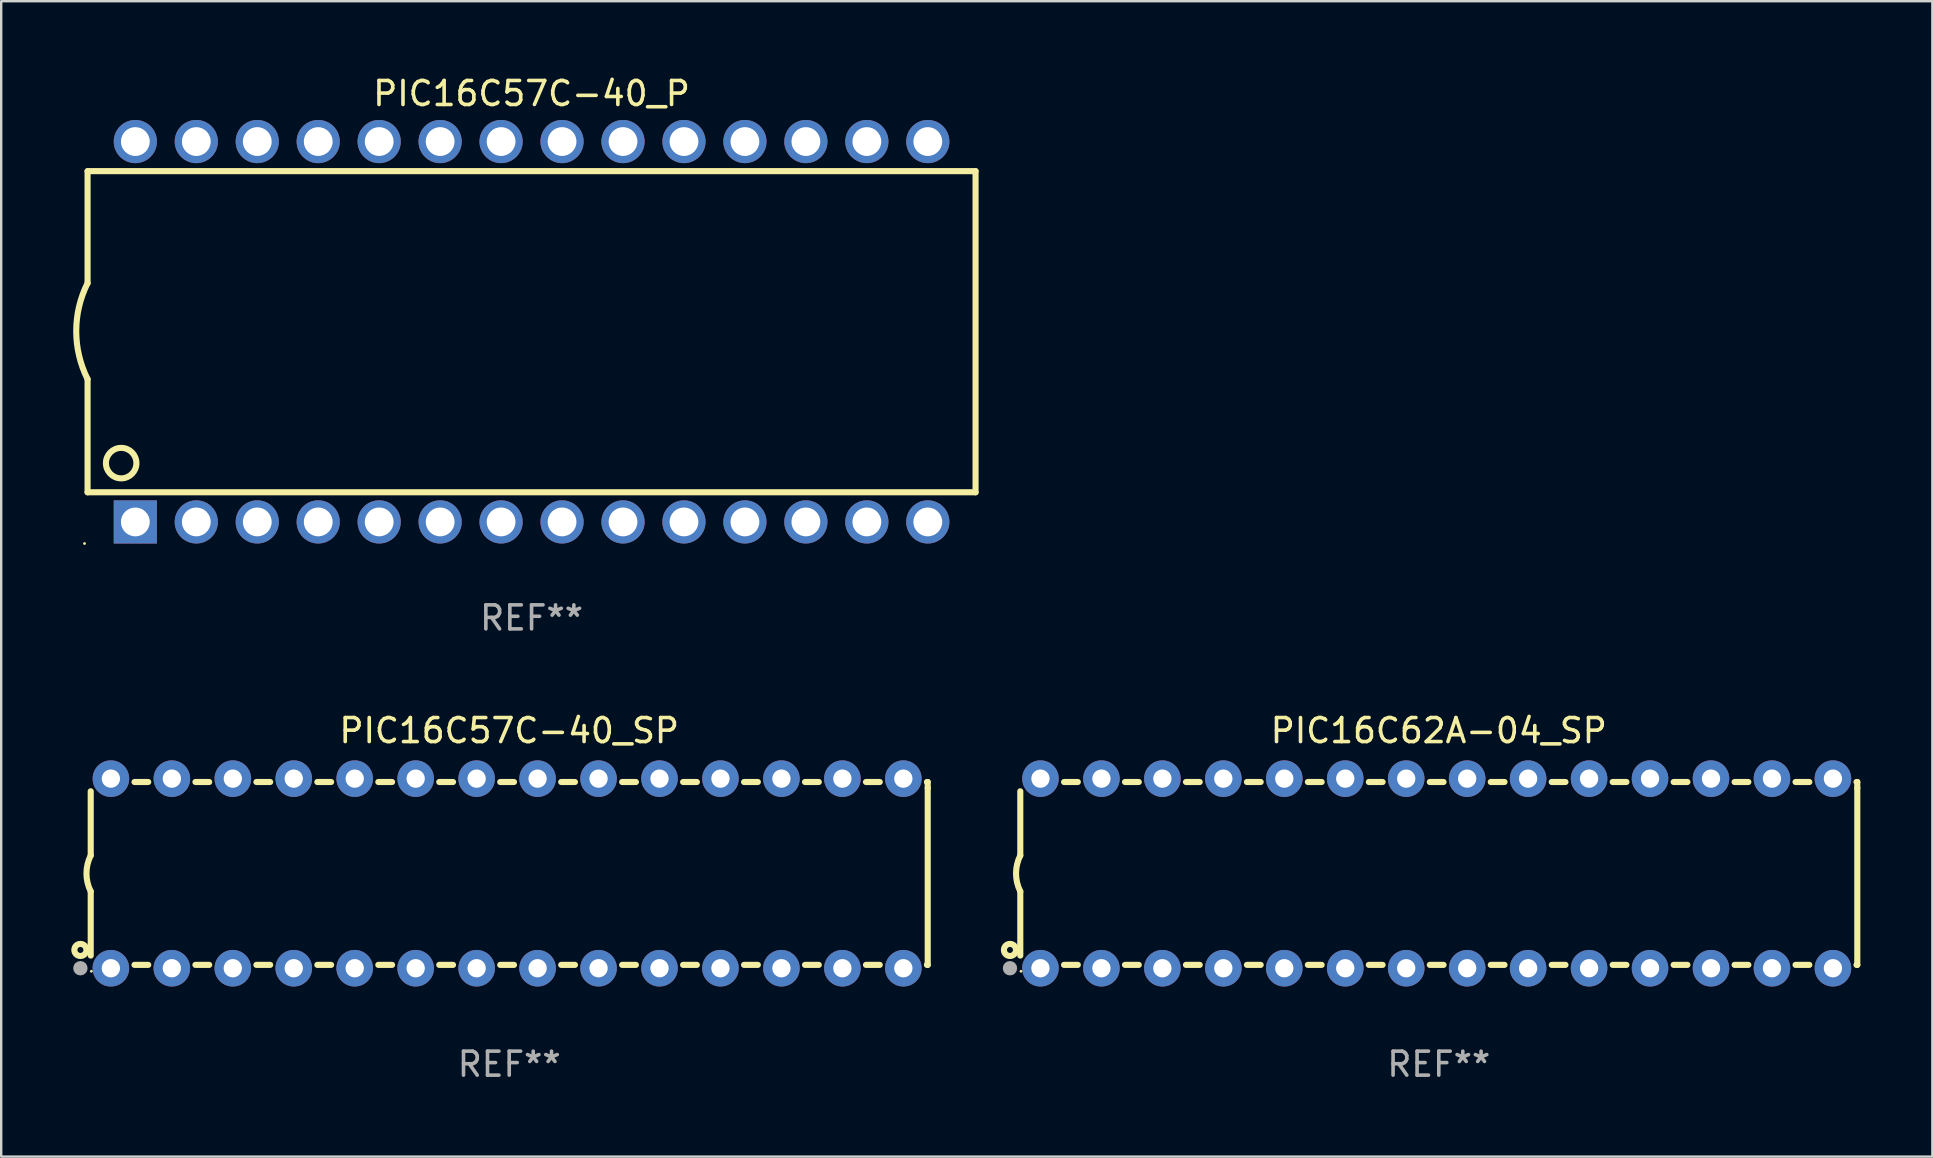
<source format=kicad_pcb>
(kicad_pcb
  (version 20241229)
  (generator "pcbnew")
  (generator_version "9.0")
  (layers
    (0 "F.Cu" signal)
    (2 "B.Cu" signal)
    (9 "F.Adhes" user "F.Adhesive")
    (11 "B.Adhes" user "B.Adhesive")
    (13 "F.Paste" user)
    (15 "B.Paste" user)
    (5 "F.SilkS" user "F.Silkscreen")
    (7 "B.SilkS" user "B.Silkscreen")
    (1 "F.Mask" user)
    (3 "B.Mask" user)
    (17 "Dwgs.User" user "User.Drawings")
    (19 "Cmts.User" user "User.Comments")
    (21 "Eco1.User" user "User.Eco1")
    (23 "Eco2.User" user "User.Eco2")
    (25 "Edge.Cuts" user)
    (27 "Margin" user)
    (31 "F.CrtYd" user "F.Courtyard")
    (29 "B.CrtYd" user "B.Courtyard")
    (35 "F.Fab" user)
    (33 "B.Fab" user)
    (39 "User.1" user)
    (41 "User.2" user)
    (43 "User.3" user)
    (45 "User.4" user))
  (footprint "PIC16C62A-04_SP"
    (layer "F.Cu")
    (at 56.901 33.344)
    (property "Reference" "PIC16C62A-04_SP" (at 0 -5.95 0) (layer "F.SilkS") (effects (font (size 1 1) (thickness 0.15))))
    (attr through_hole)
    (fp_line (start -17.438 0.75) (end -17.438 3.423) (stroke (width 0.254) (type solid)) (layer "F.SilkS"))
    (fp_line (start -17.438 -3.423) (end -17.438 -0.75) (stroke (width 0.254) (type solid)) (layer "F.SilkS"))
    (fp_line (start -15.615 3.81) (end -15.041 3.81) (stroke (width 0.254) (type solid)) (layer "F.SilkS"))
    (fp_line (start -15.041 -3.81) (end -15.614 -3.81) (stroke (width 0.254) (type solid)) (layer "F.SilkS"))
    (fp_line (start -13.075 3.81) (end -12.501 3.81) (stroke (width 0.254) (type solid)) (layer "F.SilkS"))
    (fp_line (start -12.501 -3.81) (end -13.074 -3.81) (stroke (width 0.254) (type solid)) (layer "F.SilkS"))
    (fp_line (start -10.535 3.81) (end -9.961 3.81) (stroke (width 0.254) (type solid)) (layer "F.SilkS"))
    (fp_line (start -9.961 -3.81) (end -10.534 -3.81) (stroke (width 0.254) (type solid)) (layer "F.SilkS"))
    (fp_line (start -7.995 3.81) (end -7.421 3.81) (stroke (width 0.254) (type solid)) (layer "F.SilkS"))
    (fp_line (start -7.421 -3.81) (end -7.995 -3.81) (stroke (width 0.254) (type solid)) (layer "F.SilkS"))
    (fp_line (start -5.455 3.81) (end -4.881 3.81) (stroke (width 0.254) (type solid)) (layer "F.SilkS"))
    (fp_line (start -4.881 -3.81) (end -5.455 -3.81) (stroke (width 0.254) (type solid)) (layer "F.SilkS"))
    (fp_line (start -2.915 3.81) (end -2.341 3.81) (stroke (width 0.254) (type solid)) (layer "F.SilkS"))
    (fp_line (start -2.341 -3.81) (end -2.915 -3.81) (stroke (width 0.254) (type solid)) (layer "F.SilkS"))
    (fp_line (start -0.375 3.81) (end 0.199 3.81) (stroke (width 0.254) (type solid)) (layer "F.SilkS"))
    (fp_line (start 0.199 -3.81) (end -0.375 -3.81) (stroke (width 0.254) (type solid)) (layer "F.SilkS"))
    (fp_line (start 2.165 3.81) (end 2.739 3.81) (stroke (width 0.254) (type solid)) (layer "F.SilkS"))
    (fp_line (start 2.739 -3.81) (end 2.165 -3.81) (stroke (width 0.254) (type solid)) (layer "F.SilkS"))
    (fp_line (start 4.705 3.81) (end 5.279 3.81) (stroke (width 0.254) (type solid)) (layer "F.SilkS"))
    (fp_line (start 5.279 -3.81) (end 4.705 -3.81) (stroke (width 0.254) (type solid)) (layer "F.SilkS"))
    (fp_line (start 7.245 3.81) (end 7.819 3.81) (stroke (width 0.254) (type solid)) (layer "F.SilkS"))
    (fp_line (start 7.819 -3.81) (end 7.245 -3.81) (stroke (width 0.254) (type solid)) (layer "F.SilkS"))
    (fp_line (start 9.785 3.81) (end 10.359 3.81) (stroke (width 0.254) (type solid)) (layer "F.SilkS"))
    (fp_line (start 10.359 -3.81) (end 9.785 -3.81) (stroke (width 0.254) (type solid)) (layer "F.SilkS"))
    (fp_line (start 12.325 3.81) (end 12.899 3.81) (stroke (width 0.254) (type solid)) (layer "F.SilkS"))
    (fp_line (start 12.899 -3.81) (end 12.325 -3.81) (stroke (width 0.254) (type solid)) (layer "F.SilkS"))
    (fp_line (start 14.865 3.81) (end 15.439 3.81) (stroke (width 0.254) (type solid)) (layer "F.SilkS"))
    (fp_line (start 15.439 -3.81) (end 14.865 -3.81) (stroke (width 0.254) (type solid)) (layer "F.SilkS"))
    (fp_line (start 17.405 3.81) (end 17.438 3.81) (stroke (width 0.254) (type solid)) (layer "F.SilkS"))
    (fp_line (start 17.438 -3.81) (end 17.405 -3.81) (stroke (width 0.254) (type solid)) (layer "F.SilkS"))
    (fp_line (start 17.438 -3.556) (end 17.438 -3.81) (stroke (width 0.254) (type solid)) (layer "F.SilkS"))
    (fp_line (start 17.438 3.81) (end 17.438 -3.556) (stroke (width 0.254) (type solid)) (layer "F.SilkS"))
    (fp_arc (start -17.437986 0.749657) (mid -17.614887 -0.000024) (end -17.437783 -0.749657) (stroke (width 0.254001) (type solid)) (layer "F.SilkS"))
    (fp_circle (center -17.868 3.188) (end -17.743 3.188) (stroke (width 0.254) (type solid)) (fill no) (layer "F.SilkS"))
    (fp_circle (center -17.411 4.077) (end -17.381 4.077) (stroke (width 0.06) (type solid)) (fill no) (layer "F.SilkS"))
    (fp_circle (center -17.868 3.95) (end -17.718 3.95) (stroke (width 0.3) (type solid)) (fill no) (layer "F.Fab"))
    (fp_text user "REF**" (at 0 7.95 0) (layer "F.Fab") (effects (font (size 1 1) (thickness 0.15))))
    (pad "1" thru_hole circle (at -16.598 3.95) (size 1.524 1.524) (drill 0.762) (layers "*.Cu" "*.Mask"))
    (pad "2" thru_hole circle (at -14.058 3.95) (size 1.524 1.524) (drill 0.762) (layers "*.Cu" "*.Mask"))
    (pad "3" thru_hole circle (at -11.518 3.95) (size 1.524 1.524) (drill 0.762) (layers "*.Cu" "*.Mask"))
    (pad "4" thru_hole circle (at -8.978 3.95) (size 1.524 1.524) (drill 0.762) (layers "*.Cu" "*.Mask"))
    (pad "5" thru_hole circle (at -6.438 3.95) (size 1.524 1.524) (drill 0.762) (layers "*.Cu" "*.Mask"))
    (pad "6" thru_hole circle (at -3.898 3.95) (size 1.524 1.524) (drill 0.762) (layers "*.Cu" "*.Mask"))
    (pad "7" thru_hole circle (at -1.358 3.95) (size 1.524 1.524) (drill 0.762) (layers "*.Cu" "*.Mask"))
    (pad "8" thru_hole circle (at 1.182 3.95) (size 1.524 1.524) (drill 0.762) (layers "*.Cu" "*.Mask"))
    (pad "9" thru_hole circle (at 3.722 3.95) (size 1.524 1.524) (drill 0.762) (layers "*.Cu" "*.Mask"))
    (pad "10" thru_hole circle (at 6.262 3.95) (size 1.524 1.524) (drill 0.762) (layers "*.Cu" "*.Mask"))
    (pad "11" thru_hole circle (at 8.802 3.95) (size 1.524 1.524) (drill 0.762) (layers "*.Cu" "*.Mask"))
    (pad "12" thru_hole circle (at 11.342 3.95) (size 1.524 1.524) (drill 0.762) (layers "*.Cu" "*.Mask"))
    (pad "13" thru_hole circle (at 13.882 3.95) (size 1.524 1.524) (drill 0.762) (layers "*.Cu" "*.Mask"))
    (pad "14" thru_hole circle (at 16.422 3.95) (size 1.524 1.524) (drill 0.762) (layers "*.Cu" "*.Mask"))
    (pad "15" thru_hole circle (at 16.422 -3.95) (size 1.524 1.524) (drill 0.762) (layers "*.Cu" "*.Mask"))
    (pad "16" thru_hole circle (at 13.882 -3.95) (size 1.524 1.524) (drill 0.762) (layers "*.Cu" "*.Mask"))
    (pad "17" thru_hole circle (at 11.342 -3.95) (size 1.524 1.524) (drill 0.762) (layers "*.Cu" "*.Mask"))
    (pad "18" thru_hole circle (at 8.802 -3.95) (size 1.524 1.524) (drill 0.762) (layers "*.Cu" "*.Mask"))
    (pad "19" thru_hole circle (at 6.262 -3.95) (size 1.524 1.524) (drill 0.762) (layers "*.Cu" "*.Mask"))
    (pad "20" thru_hole circle (at 3.722 -3.95) (size 1.524 1.524) (drill 0.762) (layers "*.Cu" "*.Mask"))
    (pad "21" thru_hole circle (at 1.182 -3.95) (size 1.524 1.524) (drill 0.762) (layers "*.Cu" "*.Mask"))
    (pad "22" thru_hole circle (at -1.358 -3.95) (size 1.524 1.524) (drill 0.762) (layers "*.Cu" "*.Mask"))
    (pad "23" thru_hole circle (at -3.898 -3.95) (size 1.524 1.524) (drill 0.762) (layers "*.Cu" "*.Mask"))
    (pad "24" thru_hole circle (at -6.438 -3.95) (size 1.524 1.524) (drill 0.762) (layers "*.Cu" "*.Mask"))
    (pad "25" thru_hole circle (at -8.978 -3.95) (size 1.524 1.524) (drill 0.762) (layers "*.Cu" "*.Mask"))
    (pad "26" thru_hole circle (at -11.517 -3.95) (size 1.524 1.524) (drill 0.762) (layers "*.Cu" "*.Mask"))
    (pad "27" thru_hole circle (at -14.057 -3.95) (size 1.524 1.524) (drill 0.762) (layers "*.Cu" "*.Mask"))
    (pad "28" thru_hole circle (at -16.597 -3.95) (size 1.524 1.524) (drill 0.762) (layers "*.Cu" "*.Mask")))
  (footprint "PIC16C57C-40_P"
    (layer "F.Cu")
    (at 19.099 10.773)
    (property "Reference" "PIC16C57C-40_P" (at 0 -9.925 0) (layer "F.SilkS") (effects (font (size 1 1) (thickness 0.15))))
    (attr through_hole)
    (fp_line (start -18.5 -6.692) (end -18.5 -2.026) (stroke (width 0.254) (type solid)) (layer "F.SilkS"))
    (fp_line (start -18.5 6.689) (end -18.5 1.974) (stroke (width 0.254) (type solid)) (layer "F.SilkS"))
    (fp_line (start -18.5 6.689) (end 18.5 6.689) (stroke (width 0.254) (type solid)) (layer "F.SilkS"))
    (fp_line (start 18.5 -6.692) (end -18.5 -6.692) (stroke (width 0.254) (type solid)) (layer "F.SilkS"))
    (fp_line (start 18.5 6.689) (end 18.5 -6.692) (stroke (width 0.254) (type solid)) (layer "F.SilkS"))
    (fp_arc (start -18.500051 1.974346) (mid -18.972187 -0.025654) (end -18.500051 -2.025654) (stroke (width 0.254001) (type solid)) (layer "F.SilkS"))
    (fp_circle (center -18.627 8.824) (end -18.597 8.824) (stroke (width 0.06) (type solid)) (fill no) (layer "F.SilkS"))
    (fp_circle (center -17.1 5.474) (end -16.465 5.474) (stroke (width 0.254) (type solid)) (fill no) (layer "F.SilkS"))
    (fp_text user "REF**" (at 0 11.925 0) (layer "F.Fab") (effects (font (size 1 1) (thickness 0.15))))
    (pad "1" thru_hole rect (at -16.51 7.925) (size 1.8 1.8) (drill 1.2) (layers "*.Cu" "*.Mask"))
    (pad "2" thru_hole circle (at -13.97 7.924) (size 1.8 1.8) (drill 1.2) (layers "*.Cu" "*.Mask"))
    (pad "3" thru_hole circle (at -11.43 7.924) (size 1.8 1.8) (drill 1.2) (layers "*.Cu" "*.Mask"))
    (pad "4" thru_hole circle (at -8.89 7.924) (size 1.8 1.8) (drill 1.2) (layers "*.Cu" "*.Mask"))
    (pad "5" thru_hole circle (at -6.35 7.924) (size 1.8 1.8) (drill 1.2) (layers "*.Cu" "*.Mask"))
    (pad "6" thru_hole circle (at -3.81 7.924) (size 1.8 1.8) (drill 1.2) (layers "*.Cu" "*.Mask"))
    (pad "7" thru_hole circle (at -1.27 7.924) (size 1.8 1.8) (drill 1.2) (layers "*.Cu" "*.Mask"))
    (pad "8" thru_hole circle (at 1.27 7.924) (size 1.8 1.8) (drill 1.2) (layers "*.Cu" "*.Mask"))
    (pad "9" thru_hole circle (at 3.81 7.924) (size 1.8 1.8) (drill 1.2) (layers "*.Cu" "*.Mask"))
    (pad "10" thru_hole circle (at 6.35 7.924) (size 1.8 1.8) (drill 1.2) (layers "*.Cu" "*.Mask"))
    (pad "11" thru_hole circle (at 8.89 7.924) (size 1.8 1.8) (drill 1.2) (layers "*.Cu" "*.Mask"))
    (pad "12" thru_hole circle (at 11.43 7.924) (size 1.8 1.8) (drill 1.2) (layers "*.Cu" "*.Mask"))
    (pad "13" thru_hole circle (at 13.97 7.924) (size 1.8 1.8) (drill 1.2) (layers "*.Cu" "*.Mask"))
    (pad "14" thru_hole circle (at 16.51 7.924) (size 1.8 1.8) (drill 1.2) (layers "*.Cu" "*.Mask"))
    (pad "15" thru_hole circle (at 16.51 -7.925) (size 1.8 1.8) (drill 1.2) (layers "*.Cu" "*.Mask"))
    (pad "16" thru_hole circle (at 13.97 -7.925) (size 1.8 1.8) (drill 1.2) (layers "*.Cu" "*.Mask"))
    (pad "17" thru_hole circle (at 11.43 -7.925) (size 1.8 1.8) (drill 1.2) (layers "*.Cu" "*.Mask"))
    (pad "18" thru_hole circle (at 8.89 -7.925) (size 1.8 1.8) (drill 1.2) (layers "*.Cu" "*.Mask"))
    (pad "19" thru_hole circle (at 6.35 -7.925) (size 1.8 1.8) (drill 1.2) (layers "*.Cu" "*.Mask"))
    (pad "20" thru_hole circle (at 3.81 -7.925) (size 1.8 1.8) (drill 1.2) (layers "*.Cu" "*.Mask"))
    (pad "21" thru_hole circle (at 1.27 -7.925) (size 1.8 1.8) (drill 1.2) (layers "*.Cu" "*.Mask"))
    (pad "22" thru_hole circle (at -1.27 -7.925) (size 1.8 1.8) (drill 1.2) (layers "*.Cu" "*.Mask"))
    (pad "23" thru_hole circle (at -3.81 -7.925) (size 1.8 1.8) (drill 1.2) (layers "*.Cu" "*.Mask"))
    (pad "24" thru_hole circle (at -6.35 -7.925) (size 1.8 1.8) (drill 1.2) (layers "*.Cu" "*.Mask"))
    (pad "25" thru_hole circle (at -8.89 -7.925) (size 1.8 1.8) (drill 1.2) (layers "*.Cu" "*.Mask"))
    (pad "26" thru_hole circle (at -11.43 -7.925) (size 1.8 1.8) (drill 1.2) (layers "*.Cu" "*.Mask"))
    (pad "27" thru_hole circle (at -13.97 -7.925) (size 1.8 1.8) (drill 1.2) (layers "*.Cu" "*.Mask"))
    (pad "28" thru_hole circle (at -16.51 -7.925) (size 1.8 1.8) (drill 1.2) (layers "*.Cu" "*.Mask")))
  (footprint "PIC16C57C-40_SP"
    (layer "F.Cu")
    (at 18.168 33.344)
    (property "Reference" "PIC16C57C-40_SP" (at 0 -5.95 0) (layer "F.SilkS") (effects (font (size 1 1) (thickness 0.15))))
    (attr through_hole)
    (fp_line (start -17.438 0.75) (end -17.438 3.423) (stroke (width 0.254) (type solid)) (layer "F.SilkS"))
    (fp_line (start -17.438 -3.423) (end -17.438 -0.75) (stroke (width 0.254) (type solid)) (layer "F.SilkS"))
    (fp_line (start -15.615 3.81) (end -15.041 3.81) (stroke (width 0.254) (type solid)) (layer "F.SilkS"))
    (fp_line (start -15.041 -3.81) (end -15.614 -3.81) (stroke (width 0.254) (type solid)) (layer "F.SilkS"))
    (fp_line (start -13.075 3.81) (end -12.501 3.81) (stroke (width 0.254) (type solid)) (layer "F.SilkS"))
    (fp_line (start -12.501 -3.81) (end -13.074 -3.81) (stroke (width 0.254) (type solid)) (layer "F.SilkS"))
    (fp_line (start -10.535 3.81) (end -9.961 3.81) (stroke (width 0.254) (type solid)) (layer "F.SilkS"))
    (fp_line (start -9.961 -3.81) (end -10.534 -3.81) (stroke (width 0.254) (type solid)) (layer "F.SilkS"))
    (fp_line (start -7.995 3.81) (end -7.421 3.81) (stroke (width 0.254) (type solid)) (layer "F.SilkS"))
    (fp_line (start -7.421 -3.81) (end -7.995 -3.81) (stroke (width 0.254) (type solid)) (layer "F.SilkS"))
    (fp_line (start -5.455 3.81) (end -4.881 3.81) (stroke (width 0.254) (type solid)) (layer "F.SilkS"))
    (fp_line (start -4.881 -3.81) (end -5.455 -3.81) (stroke (width 0.254) (type solid)) (layer "F.SilkS"))
    (fp_line (start -2.915 3.81) (end -2.341 3.81) (stroke (width 0.254) (type solid)) (layer "F.SilkS"))
    (fp_line (start -2.341 -3.81) (end -2.915 -3.81) (stroke (width 0.254) (type solid)) (layer "F.SilkS"))
    (fp_line (start -0.375 3.81) (end 0.199 3.81) (stroke (width 0.254) (type solid)) (layer "F.SilkS"))
    (fp_line (start 0.199 -3.81) (end -0.375 -3.81) (stroke (width 0.254) (type solid)) (layer "F.SilkS"))
    (fp_line (start 2.165 3.81) (end 2.739 3.81) (stroke (width 0.254) (type solid)) (layer "F.SilkS"))
    (fp_line (start 2.739 -3.81) (end 2.165 -3.81) (stroke (width 0.254) (type solid)) (layer "F.SilkS"))
    (fp_line (start 4.705 3.81) (end 5.279 3.81) (stroke (width 0.254) (type solid)) (layer "F.SilkS"))
    (fp_line (start 5.279 -3.81) (end 4.705 -3.81) (stroke (width 0.254) (type solid)) (layer "F.SilkS"))
    (fp_line (start 7.245 3.81) (end 7.819 3.81) (stroke (width 0.254) (type solid)) (layer "F.SilkS"))
    (fp_line (start 7.819 -3.81) (end 7.245 -3.81) (stroke (width 0.254) (type solid)) (layer "F.SilkS"))
    (fp_line (start 9.785 3.81) (end 10.359 3.81) (stroke (width 0.254) (type solid)) (layer "F.SilkS"))
    (fp_line (start 10.359 -3.81) (end 9.785 -3.81) (stroke (width 0.254) (type solid)) (layer "F.SilkS"))
    (fp_line (start 12.325 3.81) (end 12.899 3.81) (stroke (width 0.254) (type solid)) (layer "F.SilkS"))
    (fp_line (start 12.899 -3.81) (end 12.325 -3.81) (stroke (width 0.254) (type solid)) (layer "F.SilkS"))
    (fp_line (start 14.865 3.81) (end 15.439 3.81) (stroke (width 0.254) (type solid)) (layer "F.SilkS"))
    (fp_line (start 15.439 -3.81) (end 14.865 -3.81) (stroke (width 0.254) (type solid)) (layer "F.SilkS"))
    (fp_line (start 17.405 3.81) (end 17.438 3.81) (stroke (width 0.254) (type solid)) (layer "F.SilkS"))
    (fp_line (start 17.438 -3.81) (end 17.405 -3.81) (stroke (width 0.254) (type solid)) (layer "F.SilkS"))
    (fp_line (start 17.438 -3.556) (end 17.438 -3.81) (stroke (width 0.254) (type solid)) (layer "F.SilkS"))
    (fp_line (start 17.438 3.81) (end 17.438 -3.556) (stroke (width 0.254) (type solid)) (layer "F.SilkS"))
    (fp_arc (start -17.437986 0.749657) (mid -17.614887 -0.000024) (end -17.437783 -0.749657) (stroke (width 0.254001) (type solid)) (layer "F.SilkS"))
    (fp_circle (center -17.868 3.188) (end -17.743 3.188) (stroke (width 0.254) (type solid)) (fill no) (layer "F.SilkS"))
    (fp_circle (center -17.411 4.077) (end -17.381 4.077) (stroke (width 0.06) (type solid)) (fill no) (layer "F.SilkS"))
    (fp_circle (center -17.868 3.95) (end -17.718 3.95) (stroke (width 0.3) (type solid)) (fill no) (layer "F.Fab"))
    (fp_text user "REF**" (at 0 7.95 0) (layer "F.Fab") (effects (font (size 1 1) (thickness 0.15))))
    (pad "1" thru_hole circle (at -16.598 3.95) (size 1.524 1.524) (drill 0.762) (layers "*.Cu" "*.Mask"))
    (pad "2" thru_hole circle (at -14.058 3.95) (size 1.524 1.524) (drill 0.762) (layers "*.Cu" "*.Mask"))
    (pad "3" thru_hole circle (at -11.518 3.95) (size 1.524 1.524) (drill 0.762) (layers "*.Cu" "*.Mask"))
    (pad "4" thru_hole circle (at -8.978 3.95) (size 1.524 1.524) (drill 0.762) (layers "*.Cu" "*.Mask"))
    (pad "5" thru_hole circle (at -6.438 3.95) (size 1.524 1.524) (drill 0.762) (layers "*.Cu" "*.Mask"))
    (pad "6" thru_hole circle (at -3.898 3.95) (size 1.524 1.524) (drill 0.762) (layers "*.Cu" "*.Mask"))
    (pad "7" thru_hole circle (at -1.358 3.95) (size 1.524 1.524) (drill 0.762) (layers "*.Cu" "*.Mask"))
    (pad "8" thru_hole circle (at 1.182 3.95) (size 1.524 1.524) (drill 0.762) (layers "*.Cu" "*.Mask"))
    (pad "9" thru_hole circle (at 3.722 3.95) (size 1.524 1.524) (drill 0.762) (layers "*.Cu" "*.Mask"))
    (pad "10" thru_hole circle (at 6.262 3.95) (size 1.524 1.524) (drill 0.762) (layers "*.Cu" "*.Mask"))
    (pad "11" thru_hole circle (at 8.802 3.95) (size 1.524 1.524) (drill 0.762) (layers "*.Cu" "*.Mask"))
    (pad "12" thru_hole circle (at 11.342 3.95) (size 1.524 1.524) (drill 0.762) (layers "*.Cu" "*.Mask"))
    (pad "13" thru_hole circle (at 13.882 3.95) (size 1.524 1.524) (drill 0.762) (layers "*.Cu" "*.Mask"))
    (pad "14" thru_hole circle (at 16.422 3.95) (size 1.524 1.524) (drill 0.762) (layers "*.Cu" "*.Mask"))
    (pad "15" thru_hole circle (at 16.422 -3.95) (size 1.524 1.524) (drill 0.762) (layers "*.Cu" "*.Mask"))
    (pad "16" thru_hole circle (at 13.882 -3.95) (size 1.524 1.524) (drill 0.762) (layers "*.Cu" "*.Mask"))
    (pad "17" thru_hole circle (at 11.342 -3.95) (size 1.524 1.524) (drill 0.762) (layers "*.Cu" "*.Mask"))
    (pad "18" thru_hole circle (at 8.802 -3.95) (size 1.524 1.524) (drill 0.762) (layers "*.Cu" "*.Mask"))
    (pad "19" thru_hole circle (at 6.262 -3.95) (size 1.524 1.524) (drill 0.762) (layers "*.Cu" "*.Mask"))
    (pad "20" thru_hole circle (at 3.722 -3.95) (size 1.524 1.524) (drill 0.762) (layers "*.Cu" "*.Mask"))
    (pad "21" thru_hole circle (at 1.182 -3.95) (size 1.524 1.524) (drill 0.762) (layers "*.Cu" "*.Mask"))
    (pad "22" thru_hole circle (at -1.358 -3.95) (size 1.524 1.524) (drill 0.762) (layers "*.Cu" "*.Mask"))
    (pad "23" thru_hole circle (at -3.898 -3.95) (size 1.524 1.524) (drill 0.762) (layers "*.Cu" "*.Mask"))
    (pad "24" thru_hole circle (at -6.438 -3.95) (size 1.524 1.524) (drill 0.762) (layers "*.Cu" "*.Mask"))
    (pad "25" thru_hole circle (at -8.978 -3.95) (size 1.524 1.524) (drill 0.762) (layers "*.Cu" "*.Mask"))
    (pad "26" thru_hole circle (at -11.517 -3.95) (size 1.524 1.524) (drill 0.762) (layers "*.Cu" "*.Mask"))
    (pad "27" thru_hole circle (at -14.057 -3.95) (size 1.524 1.524) (drill 0.762) (layers "*.Cu" "*.Mask"))
    (pad "28" thru_hole circle (at -16.597 -3.95) (size 1.524 1.524) (drill 0.762) (layers "*.Cu" "*.Mask")))
  (gr_rect
    (start -3 -3)
    (end 77.466 45.143)
    (stroke (width 0.1) (type default))
    (fill no)
    (layer "Edge.Cuts")))
</source>
